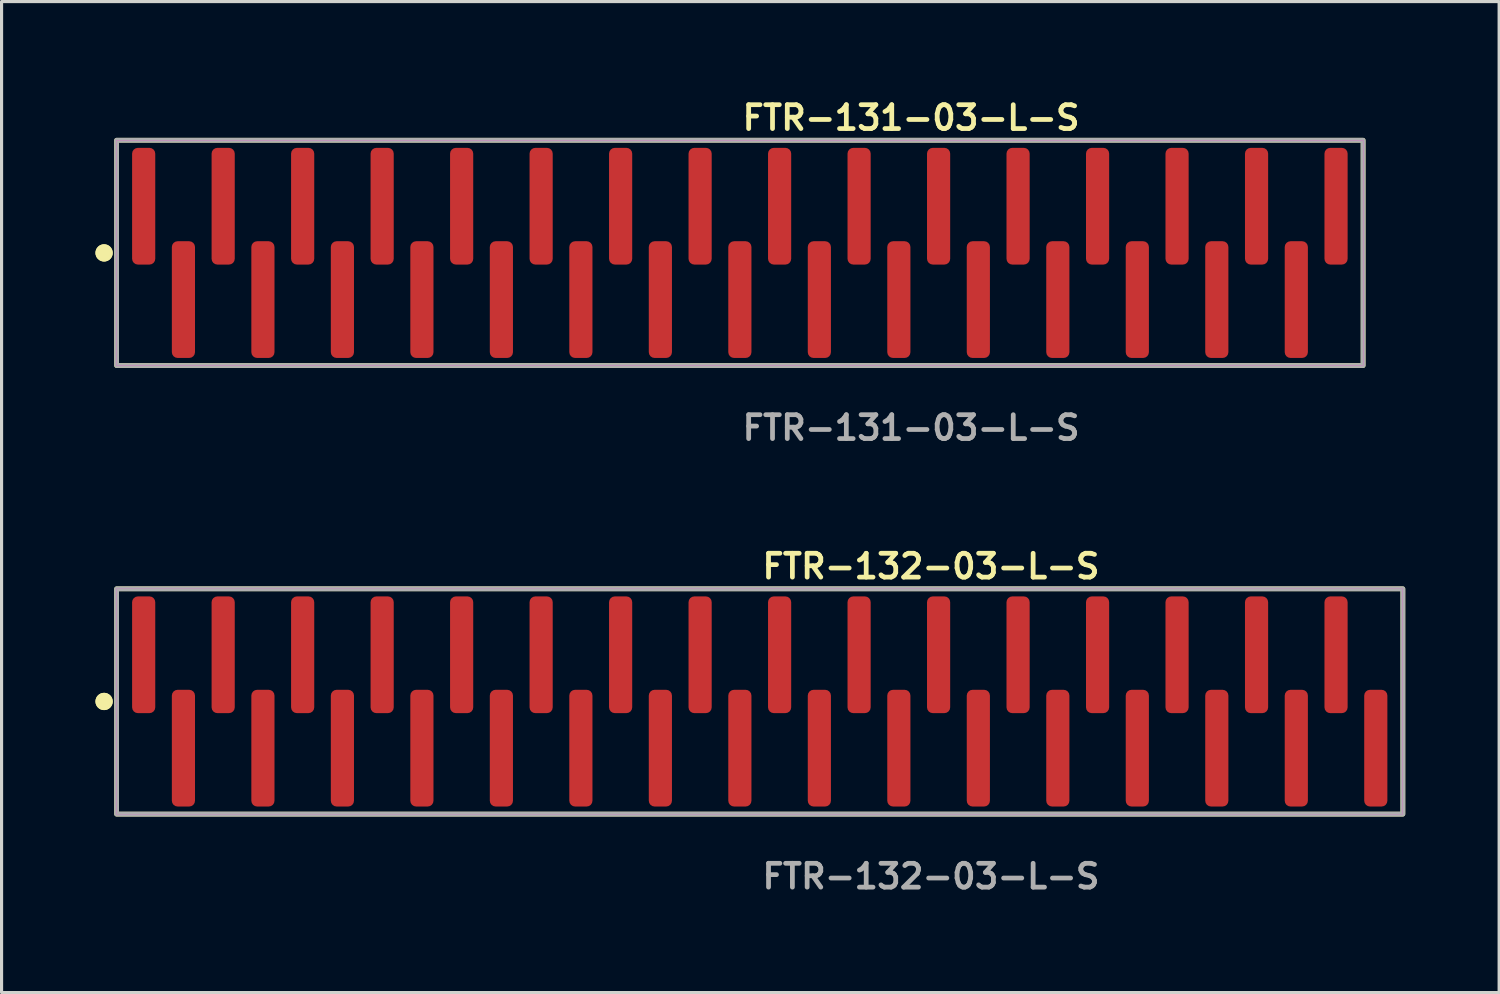
<source format=kicad_pcb>
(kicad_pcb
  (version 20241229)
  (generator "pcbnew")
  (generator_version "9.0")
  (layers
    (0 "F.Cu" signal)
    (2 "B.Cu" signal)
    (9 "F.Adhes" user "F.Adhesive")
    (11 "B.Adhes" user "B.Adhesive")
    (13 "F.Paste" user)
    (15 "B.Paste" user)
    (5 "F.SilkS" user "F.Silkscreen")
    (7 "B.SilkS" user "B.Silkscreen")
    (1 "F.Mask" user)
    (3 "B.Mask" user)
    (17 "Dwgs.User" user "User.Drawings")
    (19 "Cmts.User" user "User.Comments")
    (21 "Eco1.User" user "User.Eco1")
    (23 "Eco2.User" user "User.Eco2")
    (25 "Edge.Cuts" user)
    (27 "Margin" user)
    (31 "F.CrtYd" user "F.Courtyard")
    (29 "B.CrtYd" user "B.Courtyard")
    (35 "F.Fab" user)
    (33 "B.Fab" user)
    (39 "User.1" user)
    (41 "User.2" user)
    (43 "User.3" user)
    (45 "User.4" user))
  (footprint "FTR-132-03-L-S"
    (layer "F.Cu")
    (at 21.226 19.364)
    (property "Reference" "FTR-132-03-L-S" (at 0 -4.318 0) (unlocked yes) (layer "F.SilkS") (effects (font (size 0.762 0.762) (thickness 0.152)) (justify left)))
    (fp_rect (start -20.55 3.6) (end 20.55 -3.6) (stroke (width 0.152) (type solid)) (fill no) (layer "F.SilkS"))
    (fp_circle (center -20.95 0) (end -21.15 0) (stroke (width 0.152) (type solid)) (fill yes) (layer "F.SilkS"))
    (fp_circle (center -20.95 0) (end -21.15 0) (stroke (width 0.152) (type solid)) (fill yes) (layer "F.SilkS"))
    (fp_rect (start -20.55 3.6) (end 20.55 -3.6) (stroke (width 0.006) (type solid)) (fill no) (layer "F.CrtYd"))
    (fp_rect (start -20.55 3.6) (end 20.55 -3.6) (stroke (width 0.152) (type solid)) (fill no) (layer "F.Fab"))
    (fp_text user "${REFERENCE}" (at 0 5.588 0) (unlocked yes) (layer "F.Fab") (effects (font (size 0.762 0.762) (thickness 0.152)) (justify left)))
    (pad "1" smd roundrect (at -19.685 -1.492) (size 0.74 3.73) (layers "F.Cu" "F.Paste") (roundrect_rratio 0.25))
    (pad "2" smd roundrect (at -18.415 1.492) (size 0.74 3.73) (layers "F.Cu" "F.Paste") (roundrect_rratio 0.25))
    (pad "3" smd roundrect (at -17.145 -1.492) (size 0.74 3.73) (layers "F.Cu" "F.Paste") (roundrect_rratio 0.25))
    (pad "4" smd roundrect (at -15.875 1.492) (size 0.74 3.73) (layers "F.Cu" "F.Paste") (roundrect_rratio 0.25))
    (pad "5" smd roundrect (at -14.605 -1.492) (size 0.74 3.73) (layers "F.Cu" "F.Paste") (roundrect_rratio 0.25))
    (pad "6" smd roundrect (at -13.335 1.492) (size 0.74 3.73) (layers "F.Cu" "F.Paste") (roundrect_rratio 0.25))
    (pad "7" smd roundrect (at -12.065 -1.492) (size 0.74 3.73) (layers "F.Cu" "F.Paste") (roundrect_rratio 0.25))
    (pad "8" smd roundrect (at -10.795 1.492) (size 0.74 3.73) (layers "F.Cu" "F.Paste") (roundrect_rratio 0.25))
    (pad "9" smd roundrect (at -9.525 -1.492) (size 0.74 3.73) (layers "F.Cu" "F.Paste") (roundrect_rratio 0.25))
    (pad "10" smd roundrect (at -8.255 1.492) (size 0.74 3.73) (layers "F.Cu" "F.Paste") (roundrect_rratio 0.25))
    (pad "11" smd roundrect (at -6.985 -1.492) (size 0.74 3.73) (layers "F.Cu" "F.Paste") (roundrect_rratio 0.25))
    (pad "12" smd roundrect (at -5.715 1.492) (size 0.74 3.73) (layers "F.Cu" "F.Paste") (roundrect_rratio 0.25))
    (pad "13" smd roundrect (at -4.445 -1.492) (size 0.74 3.73) (layers "F.Cu" "F.Paste") (roundrect_rratio 0.25))
    (pad "14" smd roundrect (at -3.175 1.492) (size 0.74 3.73) (layers "F.Cu" "F.Paste") (roundrect_rratio 0.25))
    (pad "15" smd roundrect (at -1.905 -1.492) (size 0.74 3.73) (layers "F.Cu" "F.Paste") (roundrect_rratio 0.25))
    (pad "16" smd roundrect (at -0.635 1.492) (size 0.74 3.73) (layers "F.Cu" "F.Paste") (roundrect_rratio 0.25))
    (pad "17" smd roundrect (at 0.635 -1.492) (size 0.74 3.73) (layers "F.Cu" "F.Paste") (roundrect_rratio 0.25))
    (pad "18" smd roundrect (at 1.905 1.492) (size 0.74 3.73) (layers "F.Cu" "F.Paste") (roundrect_rratio 0.25))
    (pad "19" smd roundrect (at 3.175 -1.492) (size 0.74 3.73) (layers "F.Cu" "F.Paste") (roundrect_rratio 0.25))
    (pad "20" smd roundrect (at 4.445 1.492) (size 0.74 3.73) (layers "F.Cu" "F.Paste") (roundrect_rratio 0.25))
    (pad "21" smd roundrect (at 5.715 -1.492) (size 0.74 3.73) (layers "F.Cu" "F.Paste") (roundrect_rratio 0.25))
    (pad "22" smd roundrect (at 6.985 1.492) (size 0.74 3.73) (layers "F.Cu" "F.Paste") (roundrect_rratio 0.25))
    (pad "23" smd roundrect (at 8.255 -1.492) (size 0.74 3.73) (layers "F.Cu" "F.Paste") (roundrect_rratio 0.25))
    (pad "24" smd roundrect (at 9.525 1.492) (size 0.74 3.73) (layers "F.Cu" "F.Paste") (roundrect_rratio 0.25))
    (pad "25" smd roundrect (at 10.795 -1.492) (size 0.74 3.73) (layers "F.Cu" "F.Paste") (roundrect_rratio 0.25))
    (pad "26" smd roundrect (at 12.065 1.492) (size 0.74 3.73) (layers "F.Cu" "F.Paste") (roundrect_rratio 0.25))
    (pad "27" smd roundrect (at 13.335 -1.492) (size 0.74 3.73) (layers "F.Cu" "F.Paste") (roundrect_rratio 0.25))
    (pad "28" smd roundrect (at 14.605 1.492) (size 0.74 3.73) (layers "F.Cu" "F.Paste") (roundrect_rratio 0.25))
    (pad "29" smd roundrect (at 15.875 -1.492) (size 0.74 3.73) (layers "F.Cu" "F.Paste") (roundrect_rratio 0.25))
    (pad "30" smd roundrect (at 17.145 1.492) (size 0.74 3.73) (layers "F.Cu" "F.Paste") (roundrect_rratio 0.25))
    (pad "31" smd roundrect (at 18.415 -1.492) (size 0.74 3.73) (layers "F.Cu" "F.Paste") (roundrect_rratio 0.25))
    (pad "32" smd roundrect (at 19.685 1.492) (size 0.74 3.73) (layers "F.Cu" "F.Paste") (roundrect_rratio 0.25)))
  (footprint "FTR-131-03-L-S"
    (layer "F.Cu")
    (at 20.591 5.031)
    (property "Reference" "FTR-131-03-L-S" (at 0 -4.318 0) (unlocked yes) (layer "F.SilkS") (effects (font (size 0.762 0.762) (thickness 0.152)) (justify left)))
    (fp_rect (start -19.915 3.6) (end 19.915 -3.6) (stroke (width 0.152) (type solid)) (fill no) (layer "F.SilkS"))
    (fp_circle (center -20.315 0) (end -20.515 0) (stroke (width 0.152) (type solid)) (fill yes) (layer "F.SilkS"))
    (fp_circle (center -20.315 0) (end -20.515 0) (stroke (width 0.152) (type solid)) (fill yes) (layer "F.SilkS"))
    (fp_rect (start -19.915 3.6) (end 19.915 -3.6) (stroke (width 0.006) (type solid)) (fill no) (layer "F.CrtYd"))
    (fp_rect (start -19.915 3.6) (end 19.915 -3.6) (stroke (width 0.152) (type solid)) (fill no) (layer "F.Fab"))
    (fp_text user "${REFERENCE}" (at 0 5.588 0) (unlocked yes) (layer "F.Fab") (effects (font (size 0.762 0.762) (thickness 0.152)) (justify left)))
    (pad "1" smd roundrect (at -19.05 -1.492) (size 0.74 3.73) (layers "F.Cu" "F.Paste") (roundrect_rratio 0.25))
    (pad "2" smd roundrect (at -17.78 1.492) (size 0.74 3.73) (layers "F.Cu" "F.Paste") (roundrect_rratio 0.25))
    (pad "3" smd roundrect (at -16.51 -1.492) (size 0.74 3.73) (layers "F.Cu" "F.Paste") (roundrect_rratio 0.25))
    (pad "4" smd roundrect (at -15.24 1.492) (size 0.74 3.73) (layers "F.Cu" "F.Paste") (roundrect_rratio 0.25))
    (pad "5" smd roundrect (at -13.97 -1.492) (size 0.74 3.73) (layers "F.Cu" "F.Paste") (roundrect_rratio 0.25))
    (pad "6" smd roundrect (at -12.7 1.492) (size 0.74 3.73) (layers "F.Cu" "F.Paste") (roundrect_rratio 0.25))
    (pad "7" smd roundrect (at -11.43 -1.492) (size 0.74 3.73) (layers "F.Cu" "F.Paste") (roundrect_rratio 0.25))
    (pad "8" smd roundrect (at -10.16 1.492) (size 0.74 3.73) (layers "F.Cu" "F.Paste") (roundrect_rratio 0.25))
    (pad "9" smd roundrect (at -8.89 -1.492) (size 0.74 3.73) (layers "F.Cu" "F.Paste") (roundrect_rratio 0.25))
    (pad "10" smd roundrect (at -7.62 1.492) (size 0.74 3.73) (layers "F.Cu" "F.Paste") (roundrect_rratio 0.25))
    (pad "11" smd roundrect (at -6.35 -1.492) (size 0.74 3.73) (layers "F.Cu" "F.Paste") (roundrect_rratio 0.25))
    (pad "12" smd roundrect (at -5.08 1.492) (size 0.74 3.73) (layers "F.Cu" "F.Paste") (roundrect_rratio 0.25))
    (pad "13" smd roundrect (at -3.81 -1.492) (size 0.74 3.73) (layers "F.Cu" "F.Paste") (roundrect_rratio 0.25))
    (pad "14" smd roundrect (at -2.54 1.492) (size 0.74 3.73) (layers "F.Cu" "F.Paste") (roundrect_rratio 0.25))
    (pad "15" smd roundrect (at -1.27 -1.492) (size 0.74 3.73) (layers "F.Cu" "F.Paste") (roundrect_rratio 0.25))
    (pad "16" smd roundrect (at 0 1.492) (size 0.74 3.73) (layers "F.Cu" "F.Paste") (roundrect_rratio 0.25))
    (pad "17" smd roundrect (at 1.27 -1.492) (size 0.74 3.73) (layers "F.Cu" "F.Paste") (roundrect_rratio 0.25))
    (pad "18" smd roundrect (at 2.54 1.492) (size 0.74 3.73) (layers "F.Cu" "F.Paste") (roundrect_rratio 0.25))
    (pad "19" smd roundrect (at 3.81 -1.492) (size 0.74 3.73) (layers "F.Cu" "F.Paste") (roundrect_rratio 0.25))
    (pad "20" smd roundrect (at 5.08 1.492) (size 0.74 3.73) (layers "F.Cu" "F.Paste") (roundrect_rratio 0.25))
    (pad "21" smd roundrect (at 6.35 -1.492) (size 0.74 3.73) (layers "F.Cu" "F.Paste") (roundrect_rratio 0.25))
    (pad "22" smd roundrect (at 7.62 1.492) (size 0.74 3.73) (layers "F.Cu" "F.Paste") (roundrect_rratio 0.25))
    (pad "23" smd roundrect (at 8.89 -1.492) (size 0.74 3.73) (layers "F.Cu" "F.Paste") (roundrect_rratio 0.25))
    (pad "24" smd roundrect (at 10.16 1.492) (size 0.74 3.73) (layers "F.Cu" "F.Paste") (roundrect_rratio 0.25))
    (pad "25" smd roundrect (at 11.43 -1.492) (size 0.74 3.73) (layers "F.Cu" "F.Paste") (roundrect_rratio 0.25))
    (pad "26" smd roundrect (at 12.7 1.492) (size 0.74 3.73) (layers "F.Cu" "F.Paste") (roundrect_rratio 0.25))
    (pad "27" smd roundrect (at 13.97 -1.492) (size 0.74 3.73) (layers "F.Cu" "F.Paste") (roundrect_rratio 0.25))
    (pad "28" smd roundrect (at 15.24 1.492) (size 0.74 3.73) (layers "F.Cu" "F.Paste") (roundrect_rratio 0.25))
    (pad "29" smd roundrect (at 16.51 -1.492) (size 0.74 3.73) (layers "F.Cu" "F.Paste") (roundrect_rratio 0.25))
    (pad "30" smd roundrect (at 17.78 1.492) (size 0.74 3.73) (layers "F.Cu" "F.Paste") (roundrect_rratio 0.25))
    (pad "31" smd roundrect (at 19.05 -1.492) (size 0.74 3.73) (layers "F.Cu" "F.Paste") (roundrect_rratio 0.25)))
  (gr_rect
    (start -3 -3)
    (end 44.852 28.665)
    (stroke (width 0.1) (type default))
    (fill no)
    (layer "Edge.Cuts")))
</source>
